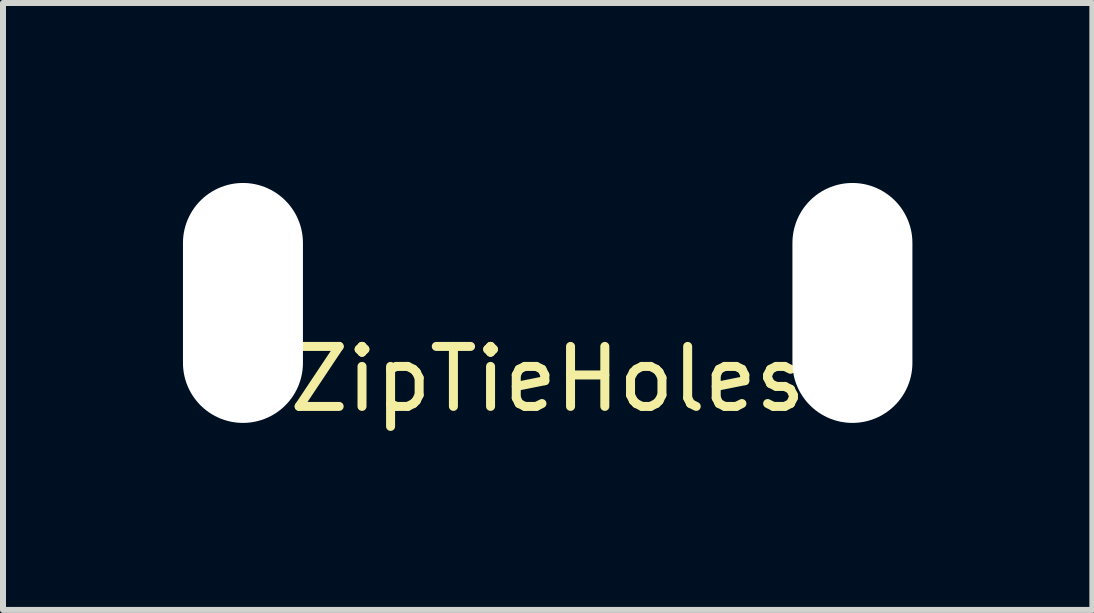
<source format=kicad_pcb>
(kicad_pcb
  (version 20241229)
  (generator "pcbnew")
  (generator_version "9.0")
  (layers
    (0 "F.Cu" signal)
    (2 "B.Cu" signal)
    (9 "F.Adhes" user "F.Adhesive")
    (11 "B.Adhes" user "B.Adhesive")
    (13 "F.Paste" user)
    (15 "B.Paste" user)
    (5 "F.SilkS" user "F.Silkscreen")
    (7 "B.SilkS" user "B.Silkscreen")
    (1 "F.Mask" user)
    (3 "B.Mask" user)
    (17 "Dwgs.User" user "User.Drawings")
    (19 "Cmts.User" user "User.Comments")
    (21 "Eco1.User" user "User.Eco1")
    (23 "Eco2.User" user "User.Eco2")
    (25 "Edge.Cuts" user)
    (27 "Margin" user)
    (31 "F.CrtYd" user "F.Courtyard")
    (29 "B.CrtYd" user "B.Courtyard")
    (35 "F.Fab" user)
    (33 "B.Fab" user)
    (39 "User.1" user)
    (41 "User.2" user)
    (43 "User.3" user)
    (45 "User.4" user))
  (footprint "ZipTieHoles"
    (layer "F.Cu")
    (at 6.08 2)
    (property "Reference" "ZipTieHoles" (at 0 1.27 0) (layer "F.SilkS") (effects (font (size 1 1) (thickness 0.15))))
    (attr through_hole)
    (pad "" np_thru_hole oval (at -5.08 0) (size 2 4) (drill oval 2 4) (layers "*.Cu" "*.Mask"))
    (pad "" np_thru_hole oval (at 5.08 0) (size 2 4) (drill oval 2 4) (layers "*.Cu" "*.Mask")))
  (gr_rect
    (start -3 -3)
    (end 15.16 7.118)
    (stroke (width 0.1) (type default))
    (fill no)
    (layer "Edge.Cuts")))
</source>
